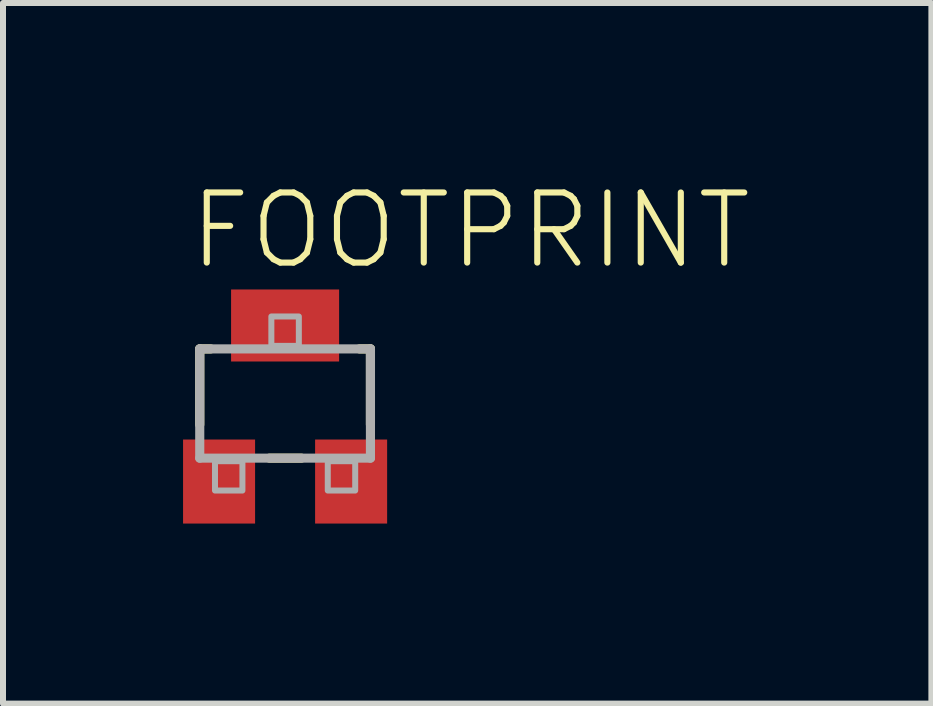
<source format=kicad_pcb>
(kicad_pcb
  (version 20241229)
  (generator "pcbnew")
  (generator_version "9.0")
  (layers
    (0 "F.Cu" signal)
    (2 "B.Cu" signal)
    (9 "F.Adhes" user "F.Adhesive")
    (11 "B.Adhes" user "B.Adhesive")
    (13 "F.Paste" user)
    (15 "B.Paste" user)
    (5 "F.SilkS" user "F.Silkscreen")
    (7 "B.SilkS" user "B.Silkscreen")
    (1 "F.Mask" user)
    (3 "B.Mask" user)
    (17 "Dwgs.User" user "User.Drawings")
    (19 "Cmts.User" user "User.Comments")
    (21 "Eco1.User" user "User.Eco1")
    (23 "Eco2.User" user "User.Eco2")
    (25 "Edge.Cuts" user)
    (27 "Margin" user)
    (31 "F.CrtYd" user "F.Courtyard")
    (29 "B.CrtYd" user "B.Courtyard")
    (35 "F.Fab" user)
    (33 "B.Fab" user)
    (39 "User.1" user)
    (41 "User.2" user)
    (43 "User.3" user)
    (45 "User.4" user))
  (footprint "FOOTPRINT"
    (layer "F.Cu")
    (at 1.7 3.673)
    (property "Reference" "FOOTPRINT" (at -1.65 -2.2 0) (layer "F.SilkS") (effects (font (size 1.168 1.168) (thickness 0.102)) (justify left bottom)))
    (fp_line (start -1.422 -0.91) (end -1.239 -0.91) (stroke (width 0.152) (type solid)) (layer "F.SilkS"))
    (fp_line (start -1.422 0.352) (end -1.422 -0.91) (stroke (width 0.152) (type solid)) (layer "F.SilkS"))
    (fp_line (start 0.272 0.91) (end -0.261 0.91) (stroke (width 0.152) (type solid)) (layer "F.SilkS"))
    (fp_line (start 1.239 -0.91) (end 1.422 -0.91) (stroke (width 0.152) (type solid)) (layer "F.SilkS"))
    (fp_line (start 1.422 -0.91) (end 1.422 0.352) (stroke (width 0.152) (type solid)) (layer "F.SilkS"))
    (fp_line (start -1.422 -0.91) (end 1.422 -0.91) (stroke (width 0.152) (type solid)) (layer "F.Fab"))
    (fp_line (start -1.422 0.91) (end -1.422 -0.91) (stroke (width 0.152) (type solid)) (layer "F.Fab"))
    (fp_line (start 1.422 -0.91) (end 1.422 0.91) (stroke (width 0.152) (type solid)) (layer "F.Fab"))
    (fp_line (start 1.422 0.91) (end -1.422 0.91) (stroke (width 0.152) (type solid)) (layer "F.Fab"))
    (fp_poly (pts (xy -1.168 1.45) (xy -0.711 1.45) (xy -0.711 0.961) (xy -1.168 0.961)) (stroke (width 0.1) (type solid)) (fill no) (layer "F.Fab"))
    (fp_poly (pts (xy -0.229 -0.961) (xy 0.229 -0.961) (xy 0.229 -1.45) (xy -0.229 -1.45)) (stroke (width 0.1) (type solid)) (fill no) (layer "F.Fab"))
    (fp_poly (pts (xy 0.711 1.45) (xy 1.168 1.45) (xy 1.168 0.961) (xy 0.711 0.961)) (stroke (width 0.1) (type solid)) (fill no) (layer "F.Fab"))
    (pad "1" smd rect (at -1.1 1.3) (size 1.2 1.4) (layers "F.Cu" "F.Mask" "F.Paste"))
    (pad "2" smd rect (at 1.1 1.3) (size 1.2 1.4) (layers "F.Cu" "F.Mask" "F.Paste"))
    (pad "3" smd rect (at 0 -1.3) (size 1.8 1.2) (layers "F.Cu" "F.Mask" "F.Paste")))
  (gr_rect
    (start -3 -3)
    (end 12.468 8.673)
    (stroke (width 0.1) (type default))
    (fill no)
    (layer "Edge.Cuts")))
</source>
